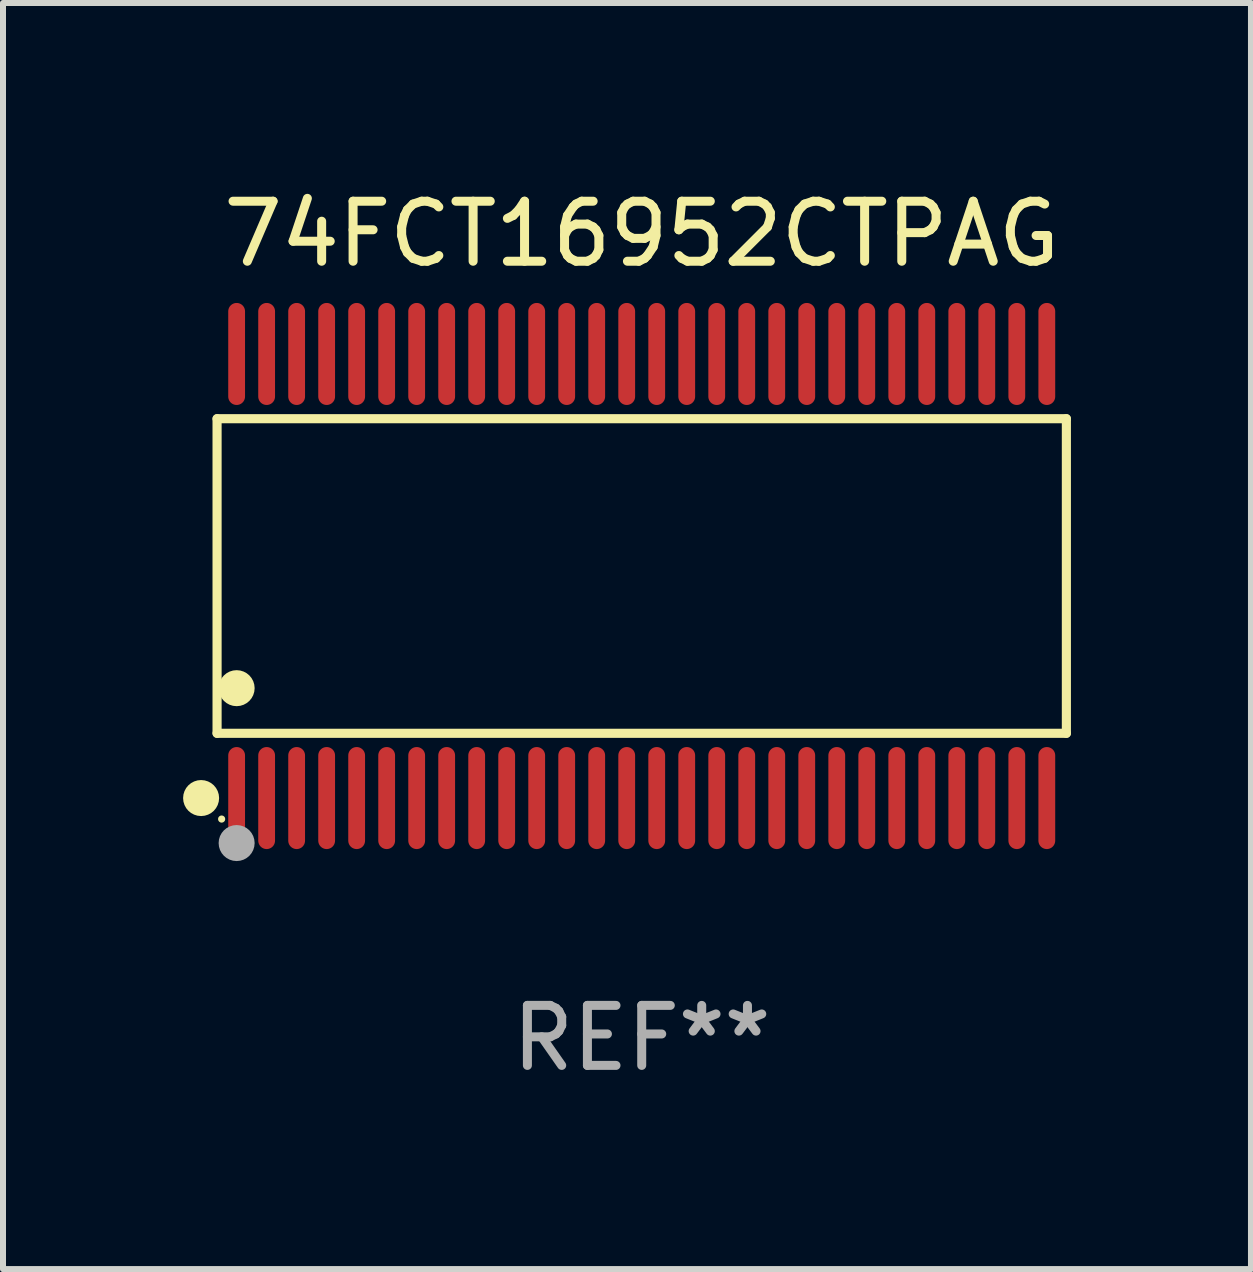
<source format=kicad_pcb>
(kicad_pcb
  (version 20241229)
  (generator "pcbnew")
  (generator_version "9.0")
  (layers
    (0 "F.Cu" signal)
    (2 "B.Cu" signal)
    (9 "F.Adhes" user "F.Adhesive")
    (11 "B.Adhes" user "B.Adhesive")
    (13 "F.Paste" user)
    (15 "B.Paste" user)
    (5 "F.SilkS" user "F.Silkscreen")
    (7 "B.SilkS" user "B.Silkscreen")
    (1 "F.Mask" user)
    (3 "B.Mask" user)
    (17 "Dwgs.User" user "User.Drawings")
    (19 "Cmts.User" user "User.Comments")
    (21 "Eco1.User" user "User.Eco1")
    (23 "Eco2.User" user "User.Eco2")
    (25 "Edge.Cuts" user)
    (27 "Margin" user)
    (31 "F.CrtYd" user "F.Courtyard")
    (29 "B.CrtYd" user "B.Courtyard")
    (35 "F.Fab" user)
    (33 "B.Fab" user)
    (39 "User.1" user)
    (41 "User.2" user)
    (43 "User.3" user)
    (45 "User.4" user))
  (footprint "74FCT16952CTPAG"
    (layer "F.Cu")
    (at 7.643 6.548)
    (property "Reference" "74FCT16952CTPAG" (at 0 -5.7 0) (layer "F.SilkS") (effects (font (size 1 1) (thickness 0.15))))
    (attr through_hole)
    (fp_line (start -7.076 -2.621) (end 7.076 -2.621) (stroke (width 0.152) (type solid)) (layer "F.SilkS"))
    (fp_line (start -7.076 2.621) (end -7.076 -2.621) (stroke (width 0.152) (type solid)) (layer "F.SilkS"))
    (fp_line (start 7.076 -2.621) (end 7.076 2.621) (stroke (width 0.152) (type solid)) (layer "F.SilkS"))
    (fp_line (start 7.076 2.621) (end -7.076 2.621) (stroke (width 0.152) (type solid)) (layer "F.SilkS"))
    (fp_circle (center -7.342 3.7) (end -7.192 3.7) (stroke (width 0.3) (type solid)) (fill no) (layer "F.SilkS"))
    (fp_circle (center -7 4.05) (end -6.97 4.05) (stroke (width 0.06) (type solid)) (fill no) (layer "F.SilkS"))
    (fp_circle (center -6.75 1.869) (end -6.6 1.869) (stroke (width 0.3) (type solid)) (fill no) (layer "F.SilkS"))
    (fp_circle (center -6.75 4.45) (end -6.6 4.45) (stroke (width 0.3) (type solid)) (fill no) (layer "F.Fab"))
    (fp_text user "REF**" (at 0 7.7 0) (layer "F.Fab") (effects (font (size 1 1) (thickness 0.15))))
    (pad "1" smd oval (at -6.75 3.7) (size 0.28 1.7) (layers "F.Cu" "F.Mask" "F.Paste"))
    (pad "2" smd oval (at -6.25 3.7) (size 0.28 1.7) (layers "F.Cu" "F.Mask" "F.Paste"))
    (pad "3" smd oval (at -5.75 3.7) (size 0.28 1.7) (layers "F.Cu" "F.Mask" "F.Paste"))
    (pad "4" smd oval (at -5.25 3.7) (size 0.28 1.7) (layers "F.Cu" "F.Mask" "F.Paste"))
    (pad "5" smd oval (at -4.75 3.7) (size 0.28 1.7) (layers "F.Cu" "F.Mask" "F.Paste"))
    (pad "6" smd oval (at -4.25 3.7) (size 0.28 1.7) (layers "F.Cu" "F.Mask" "F.Paste"))
    (pad "7" smd oval (at -3.75 3.7) (size 0.28 1.7) (layers "F.Cu" "F.Mask" "F.Paste"))
    (pad "8" smd oval (at -3.25 3.7) (size 0.28 1.7) (layers "F.Cu" "F.Mask" "F.Paste"))
    (pad "9" smd oval (at -2.75 3.7) (size 0.28 1.7) (layers "F.Cu" "F.Mask" "F.Paste"))
    (pad "10" smd oval (at -2.25 3.7) (size 0.28 1.7) (layers "F.Cu" "F.Mask" "F.Paste"))
    (pad "11" smd oval (at -1.75 3.7) (size 0.28 1.7) (layers "F.Cu" "F.Mask" "F.Paste"))
    (pad "12" smd oval (at -1.25 3.7) (size 0.28 1.7) (layers "F.Cu" "F.Mask" "F.Paste"))
    (pad "13" smd oval (at -0.75 3.7) (size 0.28 1.7) (layers "F.Cu" "F.Mask" "F.Paste"))
    (pad "14" smd oval (at -0.25 3.7) (size 0.28 1.7) (layers "F.Cu" "F.Mask" "F.Paste"))
    (pad "15" smd oval (at 0.25 3.7) (size 0.28 1.7) (layers "F.Cu" "F.Mask" "F.Paste"))
    (pad "16" smd oval (at 0.75 3.7) (size 0.28 1.7) (layers "F.Cu" "F.Mask" "F.Paste"))
    (pad "17" smd oval (at 1.25 3.7) (size 0.28 1.7) (layers "F.Cu" "F.Mask" "F.Paste"))
    (pad "18" smd oval (at 1.75 3.7) (size 0.28 1.7) (layers "F.Cu" "F.Mask" "F.Paste"))
    (pad "19" smd oval (at 2.25 3.7) (size 0.28 1.7) (layers "F.Cu" "F.Mask" "F.Paste"))
    (pad "20" smd oval (at 2.75 3.7) (size 0.28 1.7) (layers "F.Cu" "F.Mask" "F.Paste"))
    (pad "21" smd oval (at 3.25 3.7) (size 0.28 1.7) (layers "F.Cu" "F.Mask" "F.Paste"))
    (pad "22" smd oval (at 3.75 3.7) (size 0.28 1.7) (layers "F.Cu" "F.Mask" "F.Paste"))
    (pad "23" smd oval (at 4.25 3.7) (size 0.28 1.7) (layers "F.Cu" "F.Mask" "F.Paste"))
    (pad "24" smd oval (at 4.75 3.7) (size 0.28 1.7) (layers "F.Cu" "F.Mask" "F.Paste"))
    (pad "25" smd oval (at 5.25 3.7) (size 0.28 1.7) (layers "F.Cu" "F.Mask" "F.Paste"))
    (pad "26" smd oval (at 5.75 3.7) (size 0.28 1.7) (layers "F.Cu" "F.Mask" "F.Paste"))
    (pad "27" smd oval (at 6.25 3.7) (size 0.28 1.7) (layers "F.Cu" "F.Mask" "F.Paste"))
    (pad "28" smd oval (at 6.75 3.7) (size 0.28 1.7) (layers "F.Cu" "F.Mask" "F.Paste"))
    (pad "29" smd oval (at 6.75 -3.7) (size 0.28 1.7) (layers "F.Cu" "F.Mask" "F.Paste"))
    (pad "30" smd oval (at 6.25 -3.7) (size 0.28 1.7) (layers "F.Cu" "F.Mask" "F.Paste"))
    (pad "31" smd oval (at 5.75 -3.7) (size 0.28 1.7) (layers "F.Cu" "F.Mask" "F.Paste"))
    (pad "32" smd oval (at 5.25 -3.7) (size 0.28 1.7) (layers "F.Cu" "F.Mask" "F.Paste"))
    (pad "33" smd oval (at 4.75 -3.7) (size 0.28 1.7) (layers "F.Cu" "F.Mask" "F.Paste"))
    (pad "34" smd oval (at 4.25 -3.7) (size 0.28 1.7) (layers "F.Cu" "F.Mask" "F.Paste"))
    (pad "35" smd oval (at 3.75 -3.7) (size 0.28 1.7) (layers "F.Cu" "F.Mask" "F.Paste"))
    (pad "36" smd oval (at 3.25 -3.7) (size 0.28 1.7) (layers "F.Cu" "F.Mask" "F.Paste"))
    (pad "37" smd oval (at 2.75 -3.7) (size 0.28 1.7) (layers "F.Cu" "F.Mask" "F.Paste"))
    (pad "38" smd oval (at 2.25 -3.7) (size 0.28 1.7) (layers "F.Cu" "F.Mask" "F.Paste"))
    (pad "39" smd oval (at 1.75 -3.7) (size 0.28 1.7) (layers "F.Cu" "F.Mask" "F.Paste"))
    (pad "40" smd oval (at 1.25 -3.7) (size 0.28 1.7) (layers "F.Cu" "F.Mask" "F.Paste"))
    (pad "41" smd oval (at 0.75 -3.7) (size 0.28 1.7) (layers "F.Cu" "F.Mask" "F.Paste"))
    (pad "42" smd oval (at 0.25 -3.7) (size 0.28 1.7) (layers "F.Cu" "F.Mask" "F.Paste"))
    (pad "43" smd oval (at -0.25 -3.7) (size 0.28 1.7) (layers "F.Cu" "F.Mask" "F.Paste"))
    (pad "44" smd oval (at -0.75 -3.7) (size 0.28 1.7) (layers "F.Cu" "F.Mask" "F.Paste"))
    (pad "45" smd oval (at -1.25 -3.7) (size 0.28 1.7) (layers "F.Cu" "F.Mask" "F.Paste"))
    (pad "46" smd oval (at -1.75 -3.7) (size 0.28 1.7) (layers "F.Cu" "F.Mask" "F.Paste"))
    (pad "47" smd oval (at -2.25 -3.7) (size 0.28 1.7) (layers "F.Cu" "F.Mask" "F.Paste"))
    (pad "48" smd oval (at -2.75 -3.7) (size 0.28 1.7) (layers "F.Cu" "F.Mask" "F.Paste"))
    (pad "49" smd oval (at -3.25 -3.7) (size 0.28 1.7) (layers "F.Cu" "F.Mask" "F.Paste"))
    (pad "50" smd oval (at -3.75 -3.7) (size 0.28 1.7) (layers "F.Cu" "F.Mask" "F.Paste"))
    (pad "51" smd oval (at -4.25 -3.7) (size 0.28 1.7) (layers "F.Cu" "F.Mask" "F.Paste"))
    (pad "52" smd oval (at -4.75 -3.7) (size 0.28 1.7) (layers "F.Cu" "F.Mask" "F.Paste"))
    (pad "53" smd oval (at -5.25 -3.7) (size 0.28 1.7) (layers "F.Cu" "F.Mask" "F.Paste"))
    (pad "54" smd oval (at -5.75 -3.7) (size 0.28 1.7) (layers "F.Cu" "F.Mask" "F.Paste"))
    (pad "55" smd oval (at -6.25 -3.7) (size 0.28 1.7) (layers "F.Cu" "F.Mask" "F.Paste"))
    (pad "56" smd oval (at -6.75 -3.7) (size 0.28 1.7) (layers "F.Cu" "F.Mask" "F.Paste")))
  (gr_rect
    (start -3 -3)
    (end 17.795 18.097)
    (stroke (width 0.1) (type default))
    (fill no)
    (layer "Edge.Cuts")))
</source>
